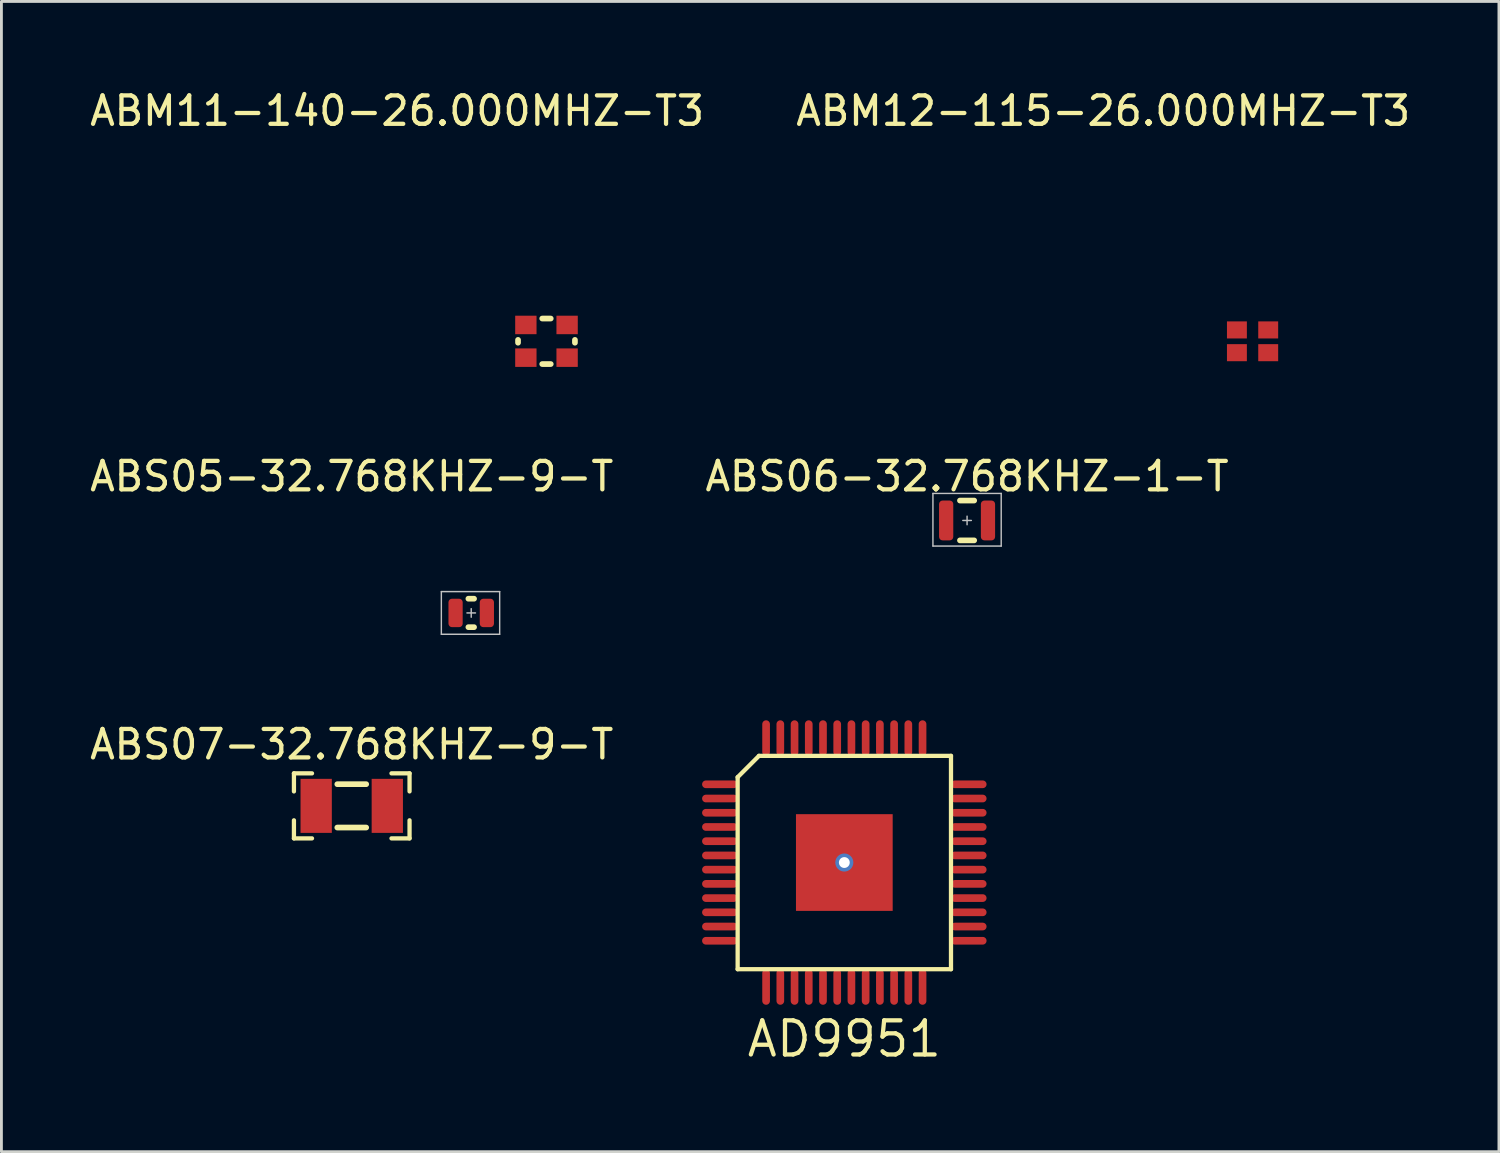
<source format=kicad_pcb>
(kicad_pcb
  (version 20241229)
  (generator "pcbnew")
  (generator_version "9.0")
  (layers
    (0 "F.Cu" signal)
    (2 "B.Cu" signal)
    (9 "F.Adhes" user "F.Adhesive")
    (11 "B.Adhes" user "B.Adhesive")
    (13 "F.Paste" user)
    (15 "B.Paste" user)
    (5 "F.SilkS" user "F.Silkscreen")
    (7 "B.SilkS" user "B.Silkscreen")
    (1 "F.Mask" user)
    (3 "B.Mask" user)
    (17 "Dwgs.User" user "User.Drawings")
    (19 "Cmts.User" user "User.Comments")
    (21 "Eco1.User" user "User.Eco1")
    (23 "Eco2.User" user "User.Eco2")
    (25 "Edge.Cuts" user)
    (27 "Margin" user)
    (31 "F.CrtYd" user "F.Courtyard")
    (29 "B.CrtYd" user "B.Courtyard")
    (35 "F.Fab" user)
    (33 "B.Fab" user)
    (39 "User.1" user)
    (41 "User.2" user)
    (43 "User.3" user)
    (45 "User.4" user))
  (footprint "ABS07-32.768KHZ-9-T"
    (layer "F.Cu")
    (at 9.315 25.279)
    (property "Reference" "ABS07-32.768KHZ-9-T" (at 0 -2.159 0) (layer "F.SilkS") (effects (font (size 1 1) (thickness 0.15))))
    (attr through_hole)
    (fp_line (start -2.032 -1.143) (end -2.032 -0.508) (stroke (width 0.15) (type solid)) (layer "F.SilkS"))
    (fp_line (start -2.032 1.143) (end -2.032 0.508) (stroke (width 0.15) (type solid)) (layer "F.SilkS"))
    (fp_line (start -2.032 1.143) (end -1.397 1.143) (stroke (width 0.15) (type solid)) (layer "F.SilkS"))
    (fp_line (start -1.397 -1.143) (end -2.032 -1.143) (stroke (width 0.15) (type solid)) (layer "F.SilkS"))
    (fp_line (start -0.508 -0.762) (end 0.508 -0.762) (stroke (width 0.2) (type solid)) (layer "F.SilkS"))
    (fp_line (start -0.508 0.762) (end 0.508 0.762) (stroke (width 0.2) (type solid)) (layer "F.SilkS"))
    (fp_line (start 1.397 -1.143) (end 2.032 -1.143) (stroke (width 0.15) (type solid)) (layer "F.SilkS"))
    (fp_line (start 1.397 1.143) (end 2.032 1.143) (stroke (width 0.15) (type solid)) (layer "F.SilkS"))
    (fp_line (start 2.032 -0.508) (end 2.032 -1.143) (stroke (width 0.15) (type solid)) (layer "F.SilkS"))
    (fp_line (start 2.032 1.143) (end 2.032 0.508) (stroke (width 0.15) (type solid)) (layer "F.SilkS"))
    (pad "1" smd rect (at -1.25 0) (size 1.1 1.9) (layers "F.Cu" "F.Mask" "F.Paste"))
    (pad "2" smd rect (at 1.25 0) (size 1.1 1.9) (layers "F.Cu" "F.Mask" "F.Paste")))
  (footprint "ABM11-140-26.000MHZ-T3"
    (layer "F.Cu")
    (at 16.161 8.948)
    (property "Reference" "ABM11-140-26.000MHZ-T3" (at -5.25 -8.1 0) (layer "F.SilkS") (effects (font (size 1 1) (thickness 0.15))))
    (attr through_hole)
    (fp_line (start -1 -0.05) (end -1 0.05) (stroke (width 0.2) (type solid)) (layer "F.SilkS"))
    (fp_line (start -0.15 -0.8) (end 0.15 -0.8) (stroke (width 0.2) (type solid)) (layer "F.SilkS"))
    (fp_line (start -0.15 0.8) (end 0.15 0.8) (stroke (width 0.2) (type solid)) (layer "F.SilkS"))
    (fp_line (start 1 -0.05) (end 1 0.05) (stroke (width 0.2) (type solid)) (layer "F.SilkS"))
    (pad "1" smd rect (at -0.725 0.575) (size 0.75 0.65) (layers "F.Cu" "F.Mask" "F.Paste"))
    (pad "2" smd rect (at 0.725 0.575) (size 0.75 0.65) (layers "F.Cu" "F.Mask" "F.Paste"))
    (pad "3" smd rect (at 0.725 -0.575) (size 0.75 0.65) (layers "F.Cu" "F.Mask" "F.Paste"))
    (pad "4" smd rect (at -0.725 -0.575) (size 0.75 0.65) (layers "F.Cu" "F.Mask" "F.Paste")))
  (footprint "AD9951"
    (layer "F.Cu")
    (at 26.631 27.271)
    (property "Reference" "AD9951" (at 0 6.2 0) (layer "F.SilkS") (effects (font (size 1.2 1.2) (thickness 0.15))))
    (attr through_hole)
    (fp_line (start -3.75 -3) (end -3.75 3.75) (stroke (width 0.15) (type solid)) (layer "F.SilkS"))
    (fp_line (start -3.75 3.75) (end 3.75 3.75) (stroke (width 0.15) (type solid)) (layer "F.SilkS"))
    (fp_line (start -3 -3.75) (end -3.75 -3) (stroke (width 0.15) (type solid)) (layer "F.SilkS"))
    (fp_line (start 3.75 -3.75) (end -3 -3.75) (stroke (width 0.15) (type solid)) (layer "F.SilkS"))
    (fp_line (start 3.75 3.75) (end 3.75 -3.75) (stroke (width 0.15) (type solid)) (layer "F.SilkS"))
    (pad "1" smd oval (at -4.125 -2.75) (size 1.25 0.27) (drill (offset -0.25 0)) (layers "F.Cu" "F.Mask" "F.Paste"))
    (pad "2" smd oval (at -4.125 -2.25) (size 1.25 0.27) (drill (offset -0.25 0)) (layers "F.Cu" "F.Mask" "F.Paste"))
    (pad "3" smd oval (at -4.125 -1.75) (size 1.25 0.27) (drill (offset -0.25 0)) (layers "F.Cu" "F.Mask" "F.Paste"))
    (pad "4" smd oval (at -4.125 -1.25) (size 1.25 0.27) (drill (offset -0.25 0)) (layers "F.Cu" "F.Mask" "F.Paste"))
    (pad "5" smd oval (at -4.125 -0.75) (size 1.25 0.27) (drill (offset -0.25 0)) (layers "F.Cu" "F.Mask" "F.Paste"))
    (pad "6" smd oval (at -4.125 -0.25) (size 1.25 0.27) (drill (offset -0.25 0)) (layers "F.Cu" "F.Mask" "F.Paste"))
    (pad "7" smd oval (at -4.125 0.25) (size 1.25 0.27) (drill (offset -0.25 0)) (layers "F.Cu" "F.Mask" "F.Paste"))
    (pad "8" smd oval (at -4.125 0.75) (size 1.25 0.27) (drill (offset -0.25 0)) (layers "F.Cu" "F.Mask" "F.Paste"))
    (pad "9" smd oval (at -4.125 1.25) (size 1.25 0.27) (drill (offset -0.25 0)) (layers "F.Cu" "F.Mask" "F.Paste"))
    (pad "10" smd oval (at -4.125 1.75) (size 1.25 0.27) (drill (offset -0.25 0)) (layers "F.Cu" "F.Mask" "F.Paste"))
    (pad "11" smd oval (at -4.125 2.25) (size 1.25 0.27) (drill (offset -0.25 0)) (layers "F.Cu" "F.Mask" "F.Paste"))
    (pad "12" smd oval (at -4.125 2.75) (size 1.25 0.27) (drill (offset -0.25 0)) (layers "F.Cu" "F.Mask" "F.Paste"))
    (pad "13" smd oval (at -2.75 4.125) (size 0.27 1.25) (drill (offset 0 0.25)) (layers "F.Cu" "F.Mask" "F.Paste"))
    (pad "14" smd oval (at -2.25 4.125) (size 0.27 1.25) (drill (offset 0 0.25)) (layers "F.Cu" "F.Mask" "F.Paste"))
    (pad "15" smd oval (at -1.75 4.125) (size 0.27 1.25) (drill (offset 0 0.25)) (layers "F.Cu" "F.Mask" "F.Paste"))
    (pad "16" smd oval (at -1.25 4.125) (size 0.27 1.25) (drill (offset 0 0.25)) (layers "F.Cu" "F.Mask" "F.Paste"))
    (pad "17" smd oval (at -0.75 4.125) (size 0.27 1.25) (drill (offset 0 0.25)) (layers "F.Cu" "F.Mask" "F.Paste"))
    (pad "18" smd oval (at -0.25 4.125) (size 0.27 1.25) (drill (offset 0 0.25)) (layers "F.Cu" "F.Mask" "F.Paste"))
    (pad "19" smd oval (at 0.25 4.125) (size 0.27 1.25) (drill (offset 0 0.25)) (layers "F.Cu" "F.Mask" "F.Paste"))
    (pad "20" smd oval (at 0.75 4.125) (size 0.27 1.25) (drill (offset 0 0.25)) (layers "F.Cu" "F.Mask" "F.Paste"))
    (pad "21" smd oval (at 1.25 4.125) (size 0.27 1.25) (drill (offset 0 0.25)) (layers "F.Cu" "F.Mask" "F.Paste"))
    (pad "22" smd oval (at 1.75 4.125) (size 0.27 1.25) (drill (offset 0 0.25)) (layers "F.Cu" "F.Mask" "F.Paste"))
    (pad "23" smd oval (at 2.25 4.125) (size 0.27 1.25) (drill (offset 0 0.25)) (layers "F.Cu" "F.Mask" "F.Paste"))
    (pad "24" smd oval (at 2.75 4.125) (size 0.27 1.25) (drill (offset 0 0.25)) (layers "F.Cu" "F.Mask" "F.Paste"))
    (pad "25" smd oval (at 4.125 2.75) (size 1.25 0.27) (drill (offset 0.25 0)) (layers "F.Cu" "F.Mask" "F.Paste"))
    (pad "26" smd oval (at 4.125 2.25) (size 1.25 0.27) (drill (offset 0.25 0)) (layers "F.Cu" "F.Mask" "F.Paste"))
    (pad "27" smd oval (at 4.125 1.75) (size 1.25 0.27) (drill (offset 0.25 0)) (layers "F.Cu" "F.Mask" "F.Paste"))
    (pad "28" smd oval (at 4.125 1.25) (size 1.25 0.27) (drill (offset 0.25 0)) (layers "F.Cu" "F.Mask" "F.Paste"))
    (pad "29" smd oval (at 4.125 0.75) (size 1.25 0.27) (drill (offset 0.25 0)) (layers "F.Cu" "F.Mask" "F.Paste"))
    (pad "30" smd oval (at 4.125 0.25) (size 1.25 0.27) (drill (offset 0.25 0)) (layers "F.Cu" "F.Mask" "F.Paste"))
    (pad "31" smd oval (at 4.125 -0.25) (size 1.25 0.27) (drill (offset 0.25 0)) (layers "F.Cu" "F.Mask" "F.Paste"))
    (pad "32" smd oval (at 4.125 -0.75) (size 1.25 0.27) (drill (offset 0.25 0)) (layers "F.Cu" "F.Mask" "F.Paste"))
    (pad "33" smd oval (at 4.125 -1.25) (size 1.25 0.27) (drill (offset 0.25 0)) (layers "F.Cu" "F.Mask" "F.Paste"))
    (pad "34" smd oval (at 4.125 -1.75) (size 1.25 0.27) (drill (offset 0.25 0)) (layers "F.Cu" "F.Mask" "F.Paste"))
    (pad "35" smd oval (at 4.125 -2.25) (size 1.25 0.27) (drill (offset 0.25 0)) (layers "F.Cu" "F.Mask" "F.Paste"))
    (pad "36" smd oval (at 4.125 -2.75) (size 1.25 0.27) (drill (offset 0.25 0)) (layers "F.Cu" "F.Mask" "F.Paste"))
    (pad "37" smd oval (at 2.75 -4.125) (size 0.27 1.25) (drill (offset 0 -0.25)) (layers "F.Cu" "F.Mask" "F.Paste"))
    (pad "38" smd oval (at 2.25 -4.125) (size 0.27 1.25) (drill (offset 0 -0.25)) (layers "F.Cu" "F.Mask" "F.Paste"))
    (pad "39" smd oval (at 1.75 -4.125) (size 0.27 1.25) (drill (offset 0 -0.25)) (layers "F.Cu" "F.Mask" "F.Paste"))
    (pad "40" smd oval (at 1.25 -4.125) (size 0.27 1.25) (drill (offset 0 -0.25)) (layers "F.Cu" "F.Mask" "F.Paste"))
    (pad "41" smd oval (at 0.75 -4.125) (size 0.27 1.25) (drill (offset 0 -0.25)) (layers "F.Cu" "F.Mask" "F.Paste"))
    (pad "42" smd oval (at 0.25 -4.125) (size 0.27 1.25) (drill (offset 0 -0.25)) (layers "F.Cu" "F.Mask" "F.Paste"))
    (pad "43" smd oval (at -0.25 -4.125) (size 0.27 1.25) (drill (offset 0 -0.25)) (layers "F.Cu" "F.Mask" "F.Paste"))
    (pad "44" smd oval (at -0.75 -4.125) (size 0.27 1.25) (drill (offset 0 -0.25)) (layers "F.Cu" "F.Mask" "F.Paste"))
    (pad "45" smd oval (at -1.25 -4.125) (size 0.27 1.25) (drill (offset 0 -0.25)) (layers "F.Cu" "F.Mask" "F.Paste"))
    (pad "46" smd oval (at -1.75 -4.125) (size 0.27 1.25) (drill (offset 0 -0.25)) (layers "F.Cu" "F.Mask" "F.Paste"))
    (pad "47" smd oval (at -2.25 -4.125) (size 0.27 1.25) (drill (offset 0 -0.25)) (layers "F.Cu" "F.Mask" "F.Paste"))
    (pad "48" smd oval (at -2.75 -4.125) (size 0.27 1.25) (drill (offset 0 -0.25)) (layers "F.Cu" "F.Mask" "F.Paste"))
    (pad "49" thru_hole circle (at 0 0) (size 0.635 0.635) (drill 0.381) (layers "*.Cu" "*.Mask"))
    (pad "49" smd rect (at 0 0) (size 3.4 3.4) (layers "F.Cu" "F.Mask" "F.Paste")))
  (footprint "ABM12-115-26.000MHZ-T3"
    (layer "F.Cu")
    (at 40.982 8.948)
    (property "Reference" "ABM12-115-26.000MHZ-T3" (at -5.25 -8.1 0) (layer "F.SilkS") (effects (font (size 1 1) (thickness 0.15))))
    (attr through_hole)
    (pad "1" smd rect (at -0.55 0.4) (size 0.7 0.6) (layers "F.Cu" "F.Mask" "F.Paste"))
    (pad "2" smd rect (at 0.55 0.4) (size 0.7 0.6) (layers "F.Cu" "F.Mask" "F.Paste"))
    (pad "3" smd rect (at 0.55 -0.4) (size 0.7 0.6) (layers "F.Cu" "F.Mask" "F.Paste"))
    (pad "4" smd rect (at -0.55 -0.4) (size 0.7 0.6) (layers "F.Cu" "F.Mask" "F.Paste")))
  (footprint "ABS06-32.768KHZ-1-T"
    (layer "F.Cu")
    (at 30.946 15.246)
    (property "Reference" "ABS06-32.768KHZ-1-T" (at 0 -1.55 0) (layer "F.SilkS") (effects (font (size 1 1) (thickness 0.15))))
    (attr through_hole)
    (fp_line (start -0.25 -0.7) (end 0.25 -0.7) (stroke (width 0.2) (type solid)) (layer "F.SilkS"))
    (fp_line (start -0.25 0.7) (end 0.25 0.7) (stroke (width 0.2) (type solid)) (layer "F.SilkS"))
    (fp_line (start -1.2 -0.95) (end 1.2 -0.95) (stroke (width 0.05) (type solid)) (layer "Dwgs.User"))
    (fp_line (start -1.2 0.9) (end -1.2 -0.95) (stroke (width 0.05) (type solid)) (layer "Dwgs.User"))
    (fp_line (start -1.2 0.9) (end 1.2 0.9) (stroke (width 0.05) (type solid)) (layer "Dwgs.User"))
    (fp_line (start -0.15 0) (end 0.15 0) (stroke (width 0.05) (type solid)) (layer "Dwgs.User"))
    (fp_line (start 0 -0.15) (end 0 0.15) (stroke (width 0.05) (type solid)) (layer "Dwgs.User"))
    (fp_line (start 1.2 0.9) (end 1.2 -0.95) (stroke (width 0.05) (type solid)) (layer "Dwgs.User"))
    (pad "1" smd roundrect (at -0.735 0) (size 0.5 1.4) (layers "F.Cu" "F.Mask" "F.Paste") (roundrect_rratio 0.25))
    (pad "2" smd roundrect (at 0.735 0) (size 0.5 1.4) (layers "F.Cu" "F.Mask" "F.Paste") (roundrect_rratio 0.25)))
  (footprint "ABS05-32.768KHZ-9-T"
    (layer "F.Cu")
    (at 13.515 18.497)
    (property "Reference" "ABS05-32.768KHZ-9-T" (at -4.2 -4.8 0) (layer "F.SilkS") (effects (font (size 1 1) (thickness 0.15))))
    (attr through_hole)
    (fp_line (start -0.1 -0.5) (end 0.1 -0.5) (stroke (width 0.2) (type solid)) (layer "F.SilkS"))
    (fp_line (start -0.1 0.5) (end 0.1 0.5) (stroke (width 0.2) (type solid)) (layer "F.SilkS"))
    (fp_line (start -1.05 -0.75) (end 1 -0.75) (stroke (width 0.05) (type solid)) (layer "Dwgs.User"))
    (fp_line (start -1.05 0.75) (end -1.05 -0.75) (stroke (width 0.05) (type solid)) (layer "Dwgs.User"))
    (fp_line (start -1.05 0.75) (end 1 0.75) (stroke (width 0.05) (type solid)) (layer "Dwgs.User"))
    (fp_line (start -0.15 0) (end 0.15 0) (stroke (width 0.05) (type solid)) (layer "Dwgs.User"))
    (fp_line (start 0 -0.15) (end 0 0.15) (stroke (width 0.05) (type solid)) (layer "Dwgs.User"))
    (fp_line (start 1 0.75) (end 1 -0.75) (stroke (width 0.05) (type solid)) (layer "Dwgs.User"))
    (pad "1" smd roundrect (at -0.55 0) (size 0.5 1) (layers "F.Cu" "F.Mask" "F.Paste") (roundrect_rratio 0.25))
    (pad "2" smd roundrect (at 0.55 0) (size 0.5 1) (layers "F.Cu" "F.Mask" "F.Paste") (roundrect_rratio 0.25)))
  (gr_rect
    (start -3 -3)
    (end 49.643 37.437)
    (stroke (width 0.1) (type default))
    (fill no)
    (layer "Edge.Cuts")))
</source>
